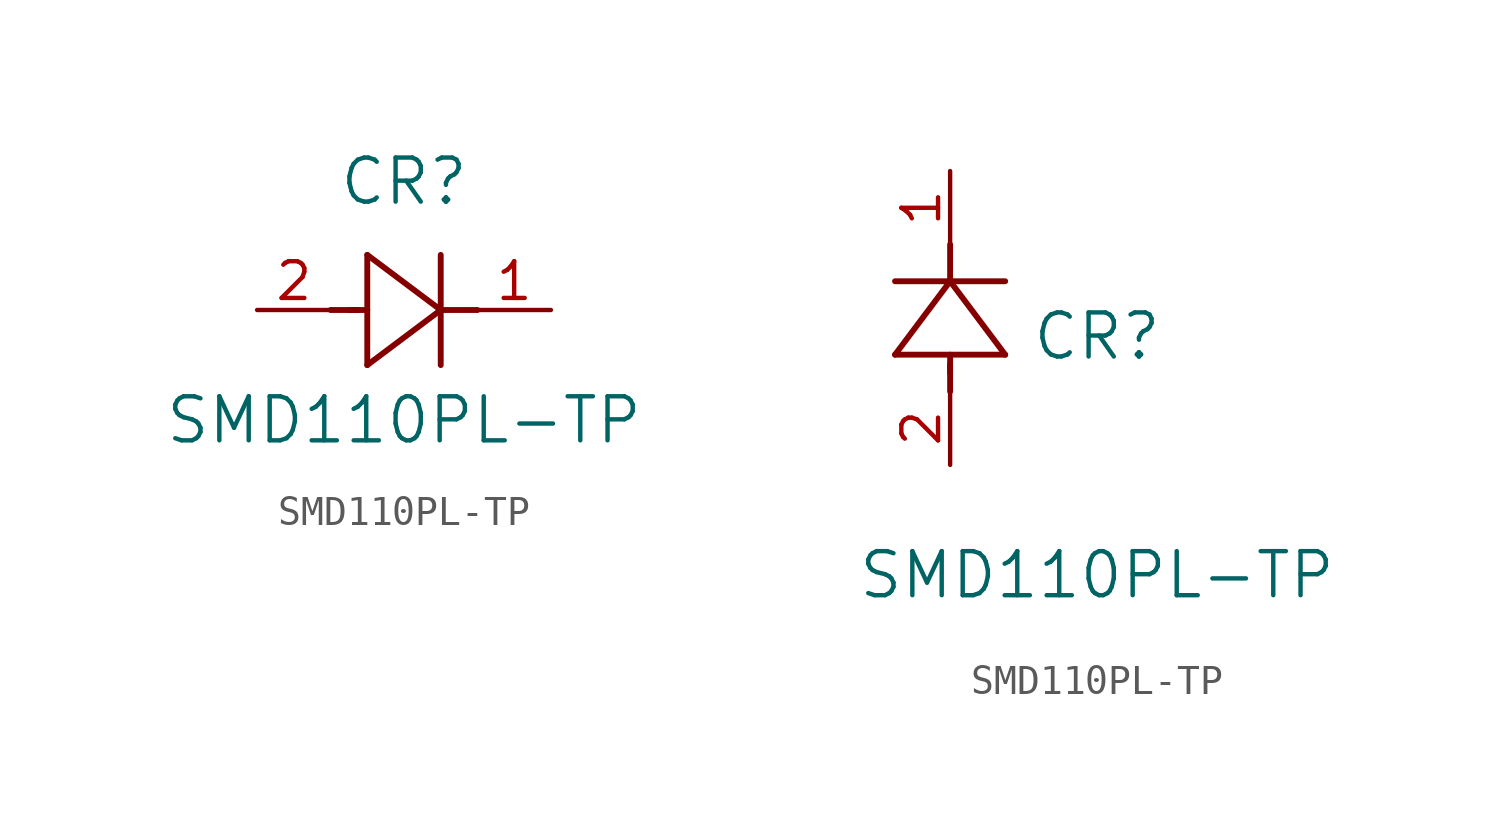
<source format=kicad_sym>
(kicad_symbol_lib
  (version 20211014)
  (generator kicad_symbol_editor)
  (symbol "SMD110PL-TP"
    (pin_names
      (offset 0.254))
    (property "Reference" "CR"
      (at 5.08 4.445 0)
      (effects (font (size 1.524 1.524))))
    (property "Value" "SMD110PL-TP"
      (at 5.08 -3.81 0)
      (effects (font (size 1.524 1.524))))
    (symbol "SMD110PL-TP_1_1"
      (polyline (pts (xy 2.54 0) (xy 3.48 0)) (stroke (width 0.203) (type default) (color 0 0 0 0)) (fill (type none)))
      (polyline (pts (xy 3.81 1.905) (xy 3.81 -1.905)) (stroke (width 0.203) (type default) (color 0 0 0 0)) (fill (type none)))
      (polyline (pts (xy 3.175 0) (xy 3.81 0)) (stroke (width 0.203) (type default) (color 0 0 0 0)) (fill (type none)))
      (polyline (pts (xy 6.35 -1.905) (xy 6.35 1.905)) (stroke (width 0.203) (type default) (color 0 0 0 0)) (fill (type none)))
      (polyline (pts (xy 6.35 0) (xy 7.62 0)) (stroke (width 0.203) (type default) (color 0 0 0 0)) (fill (type none)))
      (polyline (pts (xy 6.35 0) (xy 3.81 1.905)) (stroke (width 0.203) (type default) (color 0 0 0 0)) (fill (type none)))
      (polyline (pts (xy 3.81 -1.905) (xy 6.35 0)) (stroke (width 0.203) (type default) (color 0 0 0 0)) (fill (type none)))
      (pin unspecified line (at 0 0 0) (length 2.54) (name "" (effects (font (size 1.27 1.27)))) (number "2" (effects (font (size 1.27 1.27)))))
      (pin unspecified line (at 10.16 0 180) (length 2.54) (name "" (effects (font (size 1.27 1.27)))) (number "1" (effects (font (size 1.27 1.27))))))
    (symbol "SMD110PL-TP_1_2"
      (polyline (pts (xy 0 2.54) (xy 0 3.48)) (stroke (width 0.203) (type default) (color 0 0 0 0)) (fill (type none)))
      (polyline (pts (xy -1.905 3.81) (xy 1.905 3.81)) (stroke (width 0.203) (type default) (color 0 0 0 0)) (fill (type none)))
      (polyline (pts (xy 0 3.175) (xy 0 3.81)) (stroke (width 0.203) (type default) (color 0 0 0 0)) (fill (type none)))
      (polyline (pts (xy 1.905 6.35) (xy -1.905 6.35)) (stroke (width 0.203) (type default) (color 0 0 0 0)) (fill (type none)))
      (polyline (pts (xy 0 6.35) (xy 0 7.62)) (stroke (width 0.203) (type default) (color 0 0 0 0)) (fill (type none)))
      (polyline (pts (xy 0 6.35) (xy -1.905 3.81)) (stroke (width 0.203) (type default) (color 0 0 0 0)) (fill (type none)))
      (polyline (pts (xy 1.905 3.81) (xy 0 6.35)) (stroke (width 0.203) (type default) (color 0 0 0 0)) (fill (type none)))
      (pin unspecified line (at 0 0 90) (length 2.54) (name "" (effects (font (size 1.27 1.27)))) (number "2" (effects (font (size 1.27 1.27)))))
      (pin unspecified line (at 0 10.16 270) (length 2.54) (name "" (effects (font (size 1.27 1.27)))) (number "1" (effects (font (size 1.27 1.27))))))))
</source>
